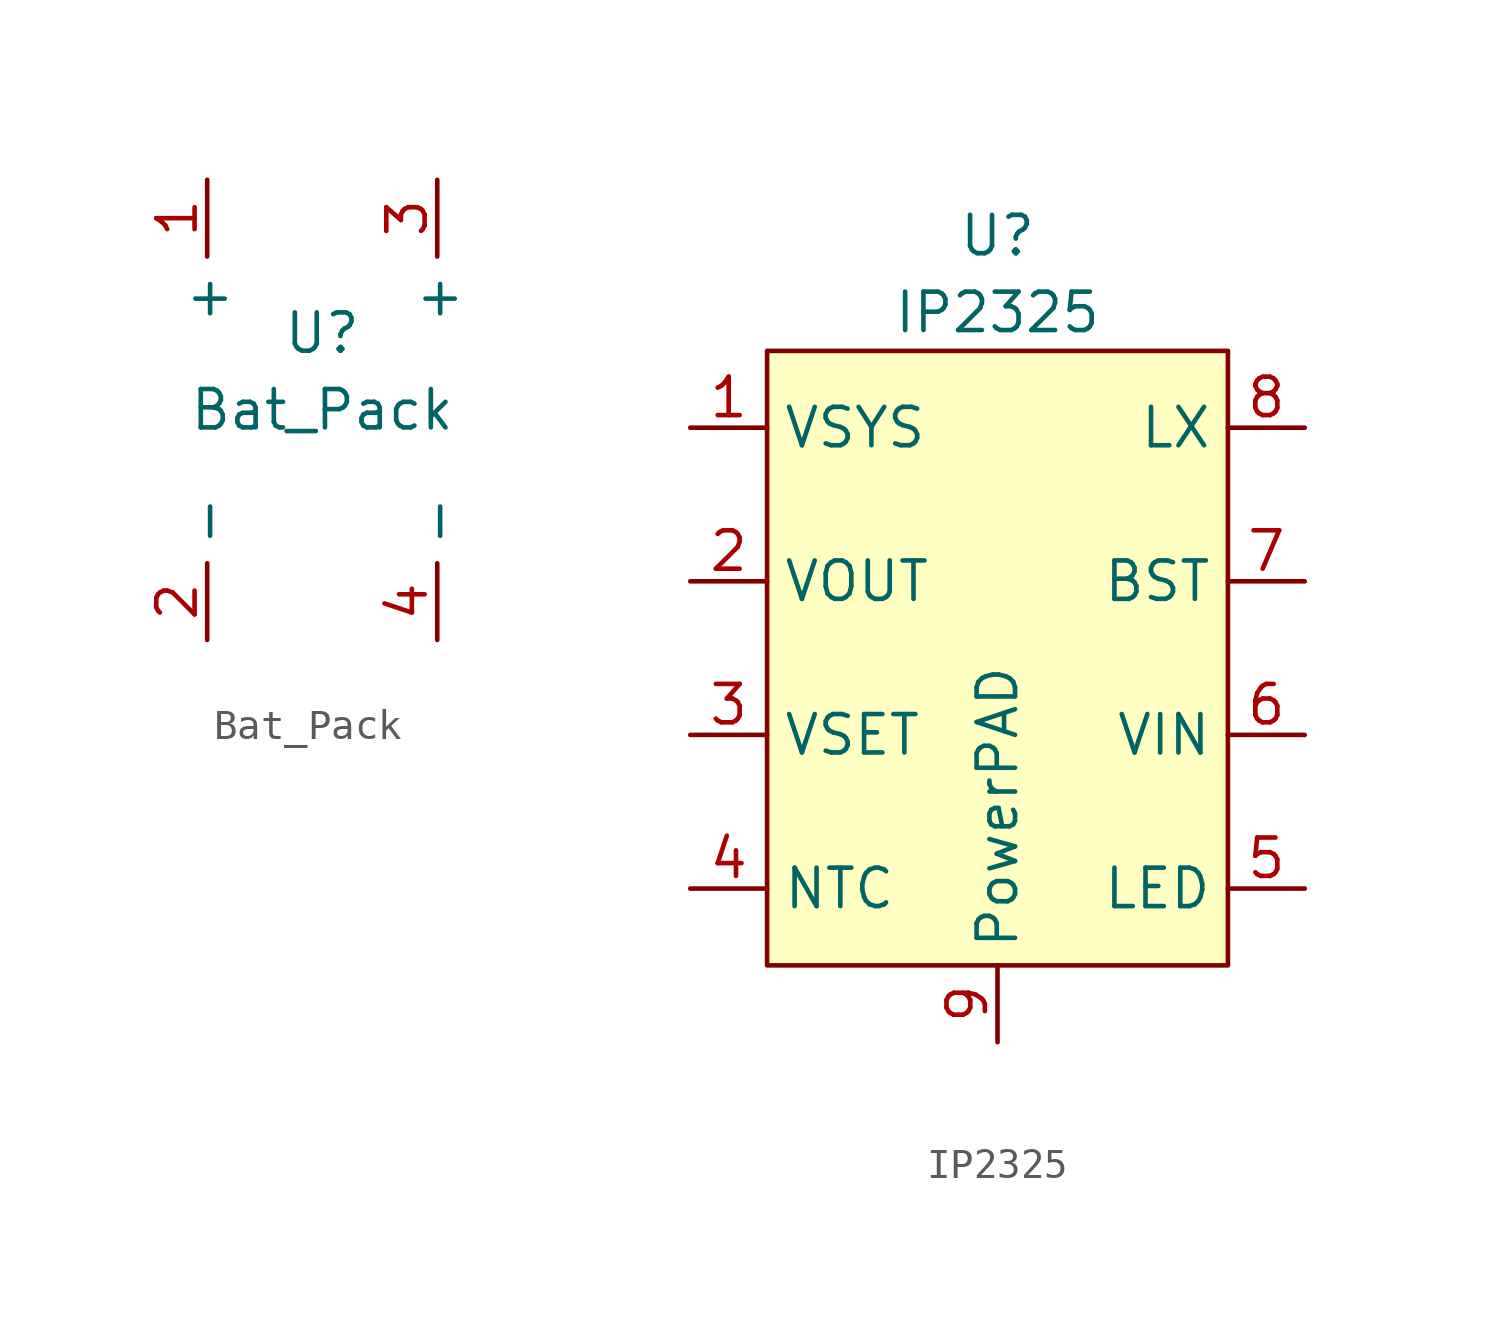
<source format=kicad_sym>
(kicad_symbol_lib
  (version 20211014)
  (generator kicad_symbol_editor)
  (symbol "Bat_Pack"
    (property "Reference" "U"
      (at 0 2.54 0)
      (effects (font (size 1.27 1.27))))
    (property "Value" "Bat_Pack"
      (at 0 0 0)
      (effects (font (size 1.27 1.27))))
    (symbol "Bat_Pack_1_1"
      (pin bidirectional line (at -3.81 7.62 270) (length 2.54) (name "+" (effects (font (size 1.27 1.27)))) (number "1" (effects (font (size 1.27 1.27)))))
      (pin bidirectional line (at -3.81 -7.62 90) (length 2.54) (name "-" (effects (font (size 1.27 1.27)))) (number "2" (effects (font (size 1.27 1.27)))))
      (pin bidirectional line (at 3.81 7.62 270) (length 2.54) (name "+" (effects (font (size 1.27 1.27)))) (number "3" (effects (font (size 1.27 1.27)))))
      (pin bidirectional line (at 3.81 -7.62 90) (length 2.54) (name "-" (effects (font (size 1.27 1.27)))) (number "4" (effects (font (size 1.27 1.27)))))))
  (symbol "IP2325"
    (property "Reference" "U"
      (at 0 13.97 0)
      (effects (font (size 1.27 1.27))))
    (property "Value" "IP2325"
      (at 0 11.43 0)
      (effects (font (size 1.27 1.27))))
    (symbol "IP2325_0_1"
      (rectangle (start -7.62 10.16) (end 7.62 -10.16) (stroke (width 0) (type default) (color 0 0 0 0)) (fill (type background))))
    (symbol "IP2325_1_1"
      (pin bidirectional line (at -10.16 7.62 0) (length 2.54) (name "VSYS" (effects (font (size 1.27 1.27)))) (number "1" (effects (font (size 1.27 1.27)))))
      (pin bidirectional line (at -10.16 2.54 0) (length 2.54) (name "VOUT" (effects (font (size 1.27 1.27)))) (number "2" (effects (font (size 1.27 1.27)))))
      (pin bidirectional line (at -10.16 -2.54 0) (length 2.54) (name "VSET" (effects (font (size 1.27 1.27)))) (number "3" (effects (font (size 1.27 1.27)))))
      (pin bidirectional line (at -10.16 -7.62 0) (length 2.54) (name "NTC" (effects (font (size 1.27 1.27)))) (number "4" (effects (font (size 1.27 1.27)))))
      (pin bidirectional line (at 10.16 -7.62 180) (length 2.54) (name "LED" (effects (font (size 1.27 1.27)))) (number "5" (effects (font (size 1.27 1.27)))))
      (pin bidirectional line (at 10.16 -2.54 180) (length 2.54) (name "VIN" (effects (font (size 1.27 1.27)))) (number "6" (effects (font (size 1.27 1.27)))))
      (pin bidirectional line (at 10.16 2.54 180) (length 2.54) (name "BST" (effects (font (size 1.27 1.27)))) (number "7" (effects (font (size 1.27 1.27)))))
      (pin bidirectional line (at 10.16 7.62 180) (length 2.54) (name "LX" (effects (font (size 1.27 1.27)))) (number "8" (effects (font (size 1.27 1.27)))))
      (pin bidirectional line (at 0 -12.7 90) (length 2.54) (name "PowerPAD" (effects (font (size 1.27 1.27)))) (number "9" (effects (font (size 1.27 1.27))))))))
</source>
